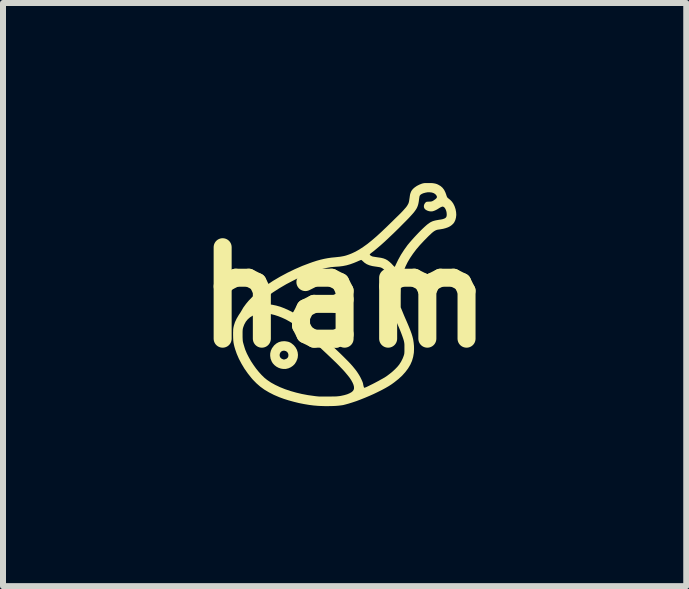
<source format=kicad_pcb>
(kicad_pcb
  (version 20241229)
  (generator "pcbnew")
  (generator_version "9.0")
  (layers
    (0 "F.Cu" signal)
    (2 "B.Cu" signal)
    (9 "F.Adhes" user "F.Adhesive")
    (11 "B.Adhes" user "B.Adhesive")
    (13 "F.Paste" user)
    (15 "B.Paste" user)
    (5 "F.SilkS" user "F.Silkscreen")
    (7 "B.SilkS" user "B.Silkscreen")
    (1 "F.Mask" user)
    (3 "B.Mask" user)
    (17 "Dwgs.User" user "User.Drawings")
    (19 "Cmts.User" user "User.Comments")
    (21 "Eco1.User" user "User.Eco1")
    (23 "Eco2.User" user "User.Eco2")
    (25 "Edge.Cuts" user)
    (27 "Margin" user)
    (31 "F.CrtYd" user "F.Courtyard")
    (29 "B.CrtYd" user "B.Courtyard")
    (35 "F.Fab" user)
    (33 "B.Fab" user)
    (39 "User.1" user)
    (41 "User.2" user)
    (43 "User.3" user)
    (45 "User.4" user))
  (footprint "ham"
    (layer "F.Cu")
    (at 2.692 1.904)
    (property "Reference" "ham" (at 0 0 0) (layer "F.SilkS") (effects (font (size 1.524 1.524) (thickness 0.3))))
    (attr board_only exclude_from_pos_files exclude_from_bom)
    (fp_poly (pts (xy -0.991 0.732) (xy -0.956 0.737) (xy -0.928 0.744) (xy -0.902 0.756) (xy -0.882 0.769) (xy -0.845 0.8) (xy -0.816 0.836) (xy -0.795 0.875) (xy -0.782 0.916) (xy -0.777 0.96) (xy -0.781 1.003) (xy -0.788 1.029) (xy -0.806 1.072) (xy -0.83 1.11) (xy -0.861 1.141) (xy -0.896 1.165) (xy -0.935 1.183) (xy -0.977 1.193) (xy -1.021 1.194) (xy -1.061 1.188) (xy -1.1 1.175) (xy -1.137 1.155) (xy -1.17 1.129) (xy -1.197 1.099) (xy -1.215 1.069) (xy -1.233 1.023) (xy -1.24 0.977) (xy -1.24 0.961) (xy -1.083 0.961) (xy -1.08 0.984) (xy -1.069 1.006) (xy -1.051 1.022) (xy -1.034 1.03) (xy -1.021 1.035) (xy -1.012 1.037) (xy -1.003 1.036) (xy -0.99 1.032) (xy -0.989 1.032) (xy -0.965 1.022) (xy -0.948 1.006) (xy -0.938 0.985) (xy -0.936 0.959) (xy -0.936 0.957) (xy -0.943 0.931) (xy -0.957 0.911) (xy -0.977 0.897) (xy -1.003 0.89) (xy -1.004 0.889) (xy -1.029 0.891) (xy -1.051 0.9) (xy -1.067 0.916) (xy -1.078 0.936) (xy -1.083 0.961) (xy -1.24 0.961) (xy -1.239 0.933) (xy -1.229 0.89) (xy -1.21 0.849) (xy -1.181 0.81) (xy -1.17 0.797) (xy -1.135 0.768) (xy -1.096 0.747) (xy -1.054 0.735) (xy -1.008 0.731)) (stroke (width 0) (type solid)) (fill yes) (layer "F.SilkS"))
    (fp_poly (pts (xy 1.437 -1.904) (xy 1.468 -1.902) (xy 1.495 -1.898) (xy 1.518 -1.893) (xy 1.54 -1.886) (xy 1.561 -1.876) (xy 1.599 -1.854) (xy 1.631 -1.826) (xy 1.658 -1.791) (xy 1.679 -1.749) (xy 1.693 -1.711) (xy 1.7 -1.689) (xy 1.706 -1.674) (xy 1.712 -1.664) (xy 1.719 -1.656) (xy 1.724 -1.652) (xy 1.76 -1.623) (xy 1.788 -1.594) (xy 1.81 -1.563) (xy 1.828 -1.527) (xy 1.833 -1.516) (xy 1.849 -1.468) (xy 1.858 -1.42) (xy 1.861 -1.373) (xy 1.856 -1.328) (xy 1.845 -1.287) (xy 1.828 -1.251) (xy 1.812 -1.229) (xy 1.787 -1.205) (xy 1.758 -1.184) (xy 1.725 -1.167) (xy 1.686 -1.153) (xy 1.641 -1.141) (xy 1.588 -1.132) (xy 1.574 -1.13) (xy 1.552 -1.127) (xy 1.533 -1.122) (xy 1.514 -1.114) (xy 1.496 -1.104) (xy 1.476 -1.09) (xy 1.453 -1.071) (xy 1.427 -1.046) (xy 1.403 -1.024) (xy 1.325 -0.945) (xy 1.255 -0.87) (xy 1.193 -0.797) (xy 1.139 -0.725) (xy 1.092 -0.656) (xy 1.051 -0.587) (xy 1.017 -0.518) (xy 0.989 -0.45) (xy 0.967 -0.38) (xy 0.958 -0.348) (xy 0.953 -0.323) (xy 0.948 -0.295) (xy 0.944 -0.265) (xy 0.941 -0.23) (xy 0.938 -0.191) (xy 0.937 -0.147) (xy 0.936 -0.095) (xy 0.935 -0.036) (xy 0.935 0.013) (xy 0.935 0.167) (xy 0.965 0.24) (xy 0.978 0.272) (xy 0.993 0.308) (xy 1.009 0.345) (xy 1.024 0.379) (xy 1.028 0.388) (xy 1.056 0.453) (xy 1.08 0.511) (xy 1.1 0.562) (xy 1.117 0.609) (xy 1.13 0.652) (xy 1.14 0.691) (xy 1.144 0.711) (xy 1.151 0.758) (xy 1.156 0.81) (xy 1.157 0.862) (xy 1.155 0.911) (xy 1.154 0.926) (xy 1.142 0.994) (xy 1.123 1.06) (xy 1.095 1.123) (xy 1.058 1.185) (xy 1.013 1.245) (xy 0.96 1.304) (xy 0.897 1.362) (xy 0.825 1.419) (xy 0.785 1.448) (xy 0.739 1.478) (xy 0.684 1.51) (xy 0.623 1.543) (xy 0.557 1.576) (xy 0.487 1.61) (xy 0.415 1.642) (xy 0.342 1.673) (xy 0.269 1.702) (xy 0.198 1.729) (xy 0.129 1.752) (xy 0.065 1.772) (xy 0.006 1.788) (xy -0.026 1.796) (xy -0.061 1.801) (xy -0.104 1.806) (xy -0.154 1.81) (xy -0.209 1.812) (xy -0.269 1.813) (xy -0.332 1.813) (xy -0.397 1.811) (xy -0.44 1.809) (xy -0.513 1.803) (xy -0.592 1.793) (xy -0.675 1.779) (xy -0.761 1.762) (xy -0.846 1.741) (xy -0.93 1.718) (xy -1.01 1.693) (xy -1.084 1.666) (xy -1.087 1.665) (xy -1.178 1.626) (xy -1.26 1.584) (xy -1.336 1.539) (xy -1.405 1.489) (xy -1.468 1.434) (xy -1.527 1.374) (xy -1.553 1.344) (xy -1.614 1.267) (xy -1.67 1.187) (xy -1.719 1.105) (xy -1.762 1.023) (xy -1.797 0.942) (xy -1.822 0.87) (xy -1.835 0.827) (xy -1.844 0.79) (xy -1.851 0.754) (xy -1.855 0.717) (xy -1.857 0.677) (xy -1.858 0.631) (xy -1.858 0.621) (xy -1.858 0.601) (xy -1.7 0.601) (xy -1.7 0.628) (xy -1.7 0.661) (xy -1.699 0.686) (xy -1.698 0.706) (xy -1.697 0.722) (xy -1.695 0.737) (xy -1.692 0.751) (xy -1.687 0.769) (xy -1.685 0.777) (xy -1.677 0.804) (xy -1.668 0.834) (xy -1.659 0.863) (xy -1.654 0.877) (xy -1.628 0.938) (xy -1.596 1) (xy -1.56 1.064) (xy -1.519 1.126) (xy -1.476 1.186) (xy -1.43 1.243) (xy -1.384 1.294) (xy -1.337 1.34) (xy -1.291 1.377) (xy -1.288 1.379) (xy -1.226 1.421) (xy -1.155 1.46) (xy -1.077 1.497) (xy -0.992 1.531) (xy -0.903 1.561) (xy -0.808 1.588) (xy -0.711 1.611) (xy -0.61 1.63) (xy -0.53 1.641) (xy -0.502 1.645) (xy -0.479 1.648) (xy -0.459 1.65) (xy -0.44 1.652) (xy -0.422 1.653) (xy -0.403 1.654) (xy -0.381 1.654) (xy -0.354 1.654) (xy -0.323 1.654) (xy -0.284 1.654) (xy -0.263 1.653) (xy -0.219 1.653) (xy -0.184 1.652) (xy -0.155 1.652) (xy -0.131 1.651) (xy -0.111 1.649) (xy -0.093 1.647) (xy -0.077 1.645) (xy -0.06 1.642) (xy -0.005 1.63) (xy 0.043 1.616) (xy 0.083 1.599) (xy 0.115 1.581) (xy 0.138 1.561) (xy 0.151 1.541) (xy 0.157 1.518) (xy 0.156 1.489) (xy 0.148 1.457) (xy 0.132 1.42) (xy 0.11 1.38) (xy 0.081 1.337) (xy 0.051 1.299) (xy 0.025 1.268) (xy -0.002 1.236) (xy -0.032 1.203) (xy -0.066 1.168) (xy -0.102 1.13) (xy -0.143 1.089) (xy -0.189 1.045) (xy -0.239 0.997) (xy -0.295 0.944) (xy -0.358 0.885) (xy -0.402 0.844) (xy -0.437 0.812) (xy -0.473 0.778) (xy -0.511 0.743) (xy -0.548 0.708) (xy -0.583 0.676) (xy -0.613 0.648) (xy -0.623 0.638) (xy -0.665 0.598) (xy -0.702 0.564) (xy -0.735 0.535) (xy -0.764 0.51) (xy -0.791 0.488) (xy -0.817 0.468) (xy -0.843 0.45) (xy -0.858 0.439) (xy -0.918 0.403) (xy -0.979 0.369) (xy -1.042 0.34) (xy -1.105 0.315) (xy -1.166 0.295) (xy -1.223 0.281) (xy -1.26 0.275) (xy -1.326 0.269) (xy -1.387 0.27) (xy -1.443 0.277) (xy -1.493 0.29) (xy -1.528 0.305) (xy -1.574 0.332) (xy -1.613 0.366) (xy -1.645 0.405) (xy -1.671 0.452) (xy -1.685 0.488) (xy -1.69 0.503) (xy -1.694 0.516) (xy -1.696 0.528) (xy -1.698 0.54) (xy -1.699 0.555) (xy -1.7 0.575) (xy -1.7 0.601) (xy -1.858 0.601) (xy -1.858 0.587) (xy -1.857 0.561) (xy -1.857 0.541) (xy -1.855 0.524) (xy -1.853 0.509) (xy -1.85 0.494) (xy -1.846 0.477) (xy -1.845 0.472) (xy -1.827 0.415) (xy -1.8 0.357) (xy -1.766 0.299) (xy -1.757 0.285) (xy -1.744 0.266) (xy -1.732 0.247) (xy -1.723 0.232) (xy -1.719 0.225) (xy -1.687 0.17) (xy -1.646 0.114) (xy -1.64 0.106) (xy -1.432 0.106) (xy -1.357 0.109) (xy -1.279 0.114) (xy -1.207 0.124) (xy -1.139 0.138) (xy -1.072 0.157) (xy -1.006 0.182) (xy -0.937 0.213) (xy -0.888 0.237) (xy -0.85 0.259) (xy -0.812 0.281) (xy -0.775 0.305) (xy -0.738 0.332) (xy -0.699 0.361) (xy -0.658 0.395) (xy -0.614 0.433) (xy -0.566 0.476) (xy -0.513 0.525) (xy -0.472 0.563) (xy -0.46 0.575) (xy -0.442 0.591) (xy -0.419 0.613) (xy -0.392 0.638) (xy -0.361 0.667) (xy -0.329 0.697) (xy -0.295 0.728) (xy -0.267 0.754) (xy -0.197 0.819) (xy -0.134 0.878) (xy -0.077 0.932) (xy -0.026 0.982) (xy 0.02 1.028) (xy 0.061 1.069) (xy 0.098 1.108) (xy 0.13 1.144) (xy 0.158 1.178) (xy 0.184 1.21) (xy 0.206 1.24) (xy 0.226 1.27) (xy 0.244 1.299) (xy 0.261 1.329) (xy 0.276 1.359) (xy 0.277 1.361) (xy 0.287 1.383) (xy 0.297 1.406) (xy 0.304 1.425) (xy 0.307 1.437) (xy 0.312 1.464) (xy 0.317 1.483) (xy 0.32 1.495) (xy 0.323 1.502) (xy 0.326 1.506) (xy 0.33 1.507) (xy 0.331 1.507) (xy 0.338 1.505) (xy 0.352 1.5) (xy 0.371 1.492) (xy 0.393 1.481) (xy 0.402 1.477) (xy 0.429 1.463) (xy 0.462 1.447) (xy 0.497 1.429) (xy 0.533 1.41) (xy 0.569 1.391) (xy 0.602 1.372) (xy 0.632 1.356) (xy 0.656 1.342) (xy 0.667 1.336) (xy 0.71 1.307) (xy 0.755 1.273) (xy 0.799 1.237) (xy 0.84 1.199) (xy 0.877 1.161) (xy 0.907 1.125) (xy 0.908 1.124) (xy 0.941 1.073) (xy 0.969 1.017) (xy 0.985 0.975) (xy 0.989 0.961) (xy 0.993 0.948) (xy 0.995 0.935) (xy 0.996 0.919) (xy 0.997 0.9) (xy 0.997 0.874) (xy 0.997 0.851) (xy 0.997 0.819) (xy 0.997 0.794) (xy 0.996 0.775) (xy 0.994 0.758) (xy 0.991 0.743) (xy 0.988 0.727) (xy 0.987 0.723) (xy 0.975 0.684) (xy 0.959 0.638) (xy 0.939 0.585) (xy 0.914 0.523) (xy 0.886 0.458) (xy 0.863 0.405) (xy 0.843 0.359) (xy 0.826 0.319) (xy 0.813 0.284) (xy 0.802 0.252) (xy 0.794 0.223) (xy 0.787 0.194) (xy 0.783 0.166) (xy 0.78 0.137) (xy 0.778 0.105) (xy 0.777 0.069) (xy 0.777 0.028) (xy 0.777 0.012) (xy 0.776 -0.055) (xy 0.775 -0.115) (xy 0.772 -0.168) (xy 0.769 -0.213) (xy 0.765 -0.25) (xy 0.761 -0.278) (xy 0.758 -0.287) (xy 0.743 -0.33) (xy 0.723 -0.373) (xy 0.698 -0.412) (xy 0.671 -0.447) (xy 0.655 -0.464) (xy 0.639 -0.477) (xy 0.624 -0.487) (xy 0.608 -0.495) (xy 0.588 -0.501) (xy 0.564 -0.505) (xy 0.532 -0.51) (xy 0.516 -0.512) (xy 0.46 -0.521) (xy 0.412 -0.534) (xy 0.369 -0.552) (xy 0.332 -0.576) (xy 0.299 -0.606) (xy 0.298 -0.607) (xy 0.288 -0.616) (xy 0.279 -0.622) (xy 0.276 -0.623) (xy 0.27 -0.621) (xy 0.257 -0.616) (xy 0.24 -0.609) (xy 0.219 -0.6) (xy 0.218 -0.599) (xy 0.153 -0.572) (xy 0.092 -0.55) (xy 0.032 -0.533) (xy -0.028 -0.521) (xy -0.091 -0.513) (xy -0.151 -0.509) (xy -0.224 -0.503) (xy -0.303 -0.489) (xy -0.388 -0.468) (xy -0.478 -0.441) (xy -0.573 -0.406) (xy -0.673 -0.365) (xy -0.778 -0.318) (xy -0.842 -0.286) (xy -0.969 -0.22) (xy -1.087 -0.151) (xy -1.196 -0.081) (xy -1.295 -0.009) (xy -1.386 0.065) (xy -1.41 0.086) (xy -1.432 0.106) (xy -1.64 0.106) (xy -1.598 0.056) (xy -1.542 -0.002) (xy -1.48 -0.061) (xy -1.411 -0.119) (xy -1.336 -0.177) (xy -1.299 -0.203) (xy -1.191 -0.275) (xy -1.076 -0.343) (xy -0.955 -0.408) (xy -0.831 -0.468) (xy -0.705 -0.523) (xy -0.578 -0.571) (xy -0.53 -0.588) (xy -0.462 -0.61) (xy -0.4 -0.627) (xy -0.34 -0.641) (xy -0.281 -0.652) (xy -0.22 -0.661) (xy -0.158 -0.667) (xy -0.112 -0.672) (xy -0.074 -0.676) (xy -0.04 -0.682) (xy -0.009 -0.688) (xy 0.022 -0.696) (xy 0.055 -0.707) (xy 0.058 -0.708) (xy 0.075 -0.714) (xy 0.419 -0.714) (xy 0.423 -0.705) (xy 0.433 -0.696) (xy 0.449 -0.687) (xy 0.463 -0.681) (xy 0.475 -0.678) (xy 0.494 -0.675) (xy 0.519 -0.671) (xy 0.545 -0.667) (xy 0.559 -0.665) (xy 0.607 -0.658) (xy 0.648 -0.648) (xy 0.684 -0.634) (xy 0.716 -0.616) (xy 0.747 -0.592) (xy 0.779 -0.563) (xy 0.791 -0.55) (xy 0.806 -0.534) (xy 0.819 -0.52) (xy 0.829 -0.511) (xy 0.834 -0.507) (xy 0.834 -0.507) (xy 0.837 -0.511) (xy 0.843 -0.521) (xy 0.85 -0.536) (xy 0.852 -0.541) (xy 0.892 -0.624) (xy 0.939 -0.709) (xy 0.992 -0.791) (xy 1.048 -0.869) (xy 1.058 -0.881) (xy 1.087 -0.916) (xy 1.12 -0.954) (xy 1.155 -0.993) (xy 1.192 -1.033) (xy 1.229 -1.072) (xy 1.266 -1.11) (xy 1.301 -1.144) (xy 1.334 -1.175) (xy 1.362 -1.2) (xy 1.386 -1.22) (xy 1.387 -1.22) (xy 1.409 -1.236) (xy 1.428 -1.249) (xy 1.448 -1.259) (xy 1.468 -1.268) (xy 1.491 -1.275) (xy 1.519 -1.282) (xy 1.552 -1.288) (xy 1.593 -1.295) (xy 1.598 -1.295) (xy 1.633 -1.302) (xy 1.66 -1.311) (xy 1.68 -1.322) (xy 1.693 -1.336) (xy 1.7 -1.354) (xy 1.702 -1.376) (xy 1.702 -1.379) (xy 1.7 -1.409) (xy 1.694 -1.438) (xy 1.684 -1.464) (xy 1.672 -1.486) (xy 1.657 -1.502) (xy 1.642 -1.51) (xy 1.634 -1.512) (xy 1.621 -1.509) (xy 1.602 -1.501) (xy 1.58 -1.489) (xy 1.565 -1.479) (xy 1.537 -1.462) (xy 1.507 -1.447) (xy 1.48 -1.437) (xy 1.465 -1.433) (xy 1.437 -1.431) (xy 1.407 -1.435) (xy 1.379 -1.444) (xy 1.354 -1.457) (xy 1.336 -1.473) (xy 1.332 -1.479) (xy 1.322 -1.5) (xy 1.321 -1.524) (xy 1.327 -1.548) (xy 1.34 -1.57) (xy 1.349 -1.579) (xy 1.356 -1.586) (xy 1.363 -1.59) (xy 1.373 -1.592) (xy 1.386 -1.593) (xy 1.407 -1.594) (xy 1.429 -1.595) (xy 1.446 -1.597) (xy 1.462 -1.602) (xy 1.477 -1.61) (xy 1.496 -1.623) (xy 1.514 -1.636) (xy 1.53 -1.651) (xy 1.538 -1.665) (xy 1.538 -1.68) (xy 1.529 -1.698) (xy 1.527 -1.701) (xy 1.509 -1.721) (xy 1.484 -1.736) (xy 1.454 -1.746) (xy 1.419 -1.75) (xy 1.382 -1.75) (xy 1.344 -1.743) (xy 1.309 -1.733) (xy 1.283 -1.721) (xy 1.264 -1.708) (xy 1.253 -1.694) (xy 1.25 -1.688) (xy 1.248 -1.679) (xy 1.245 -1.663) (xy 1.242 -1.643) (xy 1.239 -1.619) (xy 1.239 -1.619) (xy 1.235 -1.59) (xy 1.23 -1.564) (xy 1.224 -1.539) (xy 1.216 -1.516) (xy 1.206 -1.492) (xy 1.193 -1.469) (xy 1.176 -1.444) (xy 1.156 -1.417) (xy 1.131 -1.388) (xy 1.101 -1.355) (xy 1.066 -1.317) (xy 1.025 -1.275) (xy 0.986 -1.236) (xy 0.899 -1.148) (xy 0.817 -1.068) (xy 0.74 -0.995) (xy 0.669 -0.928) (xy 0.603 -0.869) (xy 0.543 -0.818) (xy 0.489 -0.773) (xy 0.455 -0.747) (xy 0.439 -0.735) (xy 0.427 -0.724) (xy 0.42 -0.717) (xy 0.419 -0.714) (xy 0.075 -0.714) (xy 0.118 -0.731) (xy 0.18 -0.76) (xy 0.244 -0.796) (xy 0.31 -0.839) (xy 0.38 -0.889) (xy 0.452 -0.947) (xy 0.529 -1.013) (xy 0.574 -1.054) (xy 0.598 -1.076) (xy 0.626 -1.102) (xy 0.657 -1.132) (xy 0.691 -1.164) (xy 0.726 -1.198) (xy 0.762 -1.233) (xy 0.798 -1.268) (xy 0.832 -1.302) (xy 0.865 -1.334) (xy 0.896 -1.364) (xy 0.922 -1.39) (xy 0.945 -1.413) (xy 0.961 -1.43) (xy 0.969 -1.438) (xy 0.998 -1.471) (xy 1.022 -1.498) (xy 1.04 -1.522) (xy 1.053 -1.544) (xy 1.064 -1.565) (xy 1.071 -1.587) (xy 1.076 -1.612) (xy 1.08 -1.64) (xy 1.082 -1.651) (xy 1.087 -1.688) (xy 1.092 -1.717) (xy 1.1 -1.742) (xy 1.109 -1.764) (xy 1.117 -1.778) (xy 1.139 -1.806) (xy 1.169 -1.832) (xy 1.204 -1.856) (xy 1.245 -1.877) (xy 1.288 -1.894) (xy 1.303 -1.898) (xy 1.317 -1.901) (xy 1.332 -1.903) (xy 1.35 -1.904) (xy 1.374 -1.904) (xy 1.398 -1.904)) (stroke (width 0) (type solid)) (fill yes) (layer "F.SilkS")))
  (gr_rect
    (start -3 -3)
    (end 8.385 6.717)
    (stroke (width 0.1) (type default))
    (fill no)
    (layer "Edge.Cuts")))
</source>
